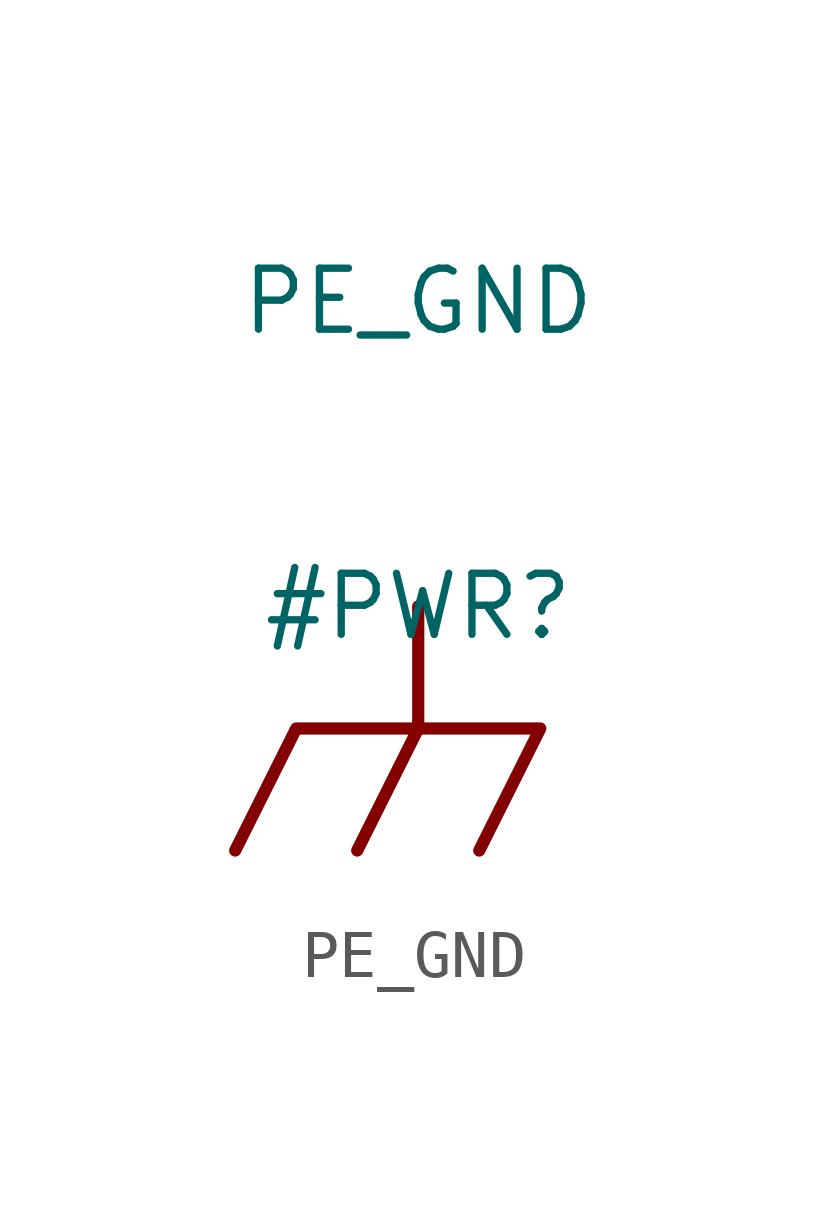
<source format=kicad_sym>
(kicad_symbol_lib
  (version 20241209)
  (generator "kicad_symbol_editor")
  (generator_version "9.0")
  (symbol "PE_GND"
    (power)
    (property "Reference" "#PWR"
      (at 0 0 0)
      (effects (font (size 1.27 1.27))))
    (property "Value" "PE_GND"
      (at 0 6.35 0)
      (effects (font (size 1.27 1.27))))
    (symbol "PE_GND_0_0"
      (polyline (pts (xy -3.81 -5.08) (xy -2.54 -2.54) (xy 2.54 -2.54) (xy 1.27 -5.08)) (stroke (width 0.254) (type solid)) (fill (type none)))
      (polyline (pts (xy 0 0) (xy 0 -2.54)) (stroke (width 0.254) (type solid)) (fill (type none)))
      (polyline (pts (xy 0 -2.54) (xy -1.27 -5.08)) (stroke (width 0.254) (type solid)) (fill (type none))))
    (symbol "PE_GND_1_0"
      (pin power_out line (at 0 0 0) (length 0) (hide yes) (name "PE_GND" (effects (font (size 1.27 1.27)))) (number "" (effects (font (size 1.27 1.27))))))))
</source>
